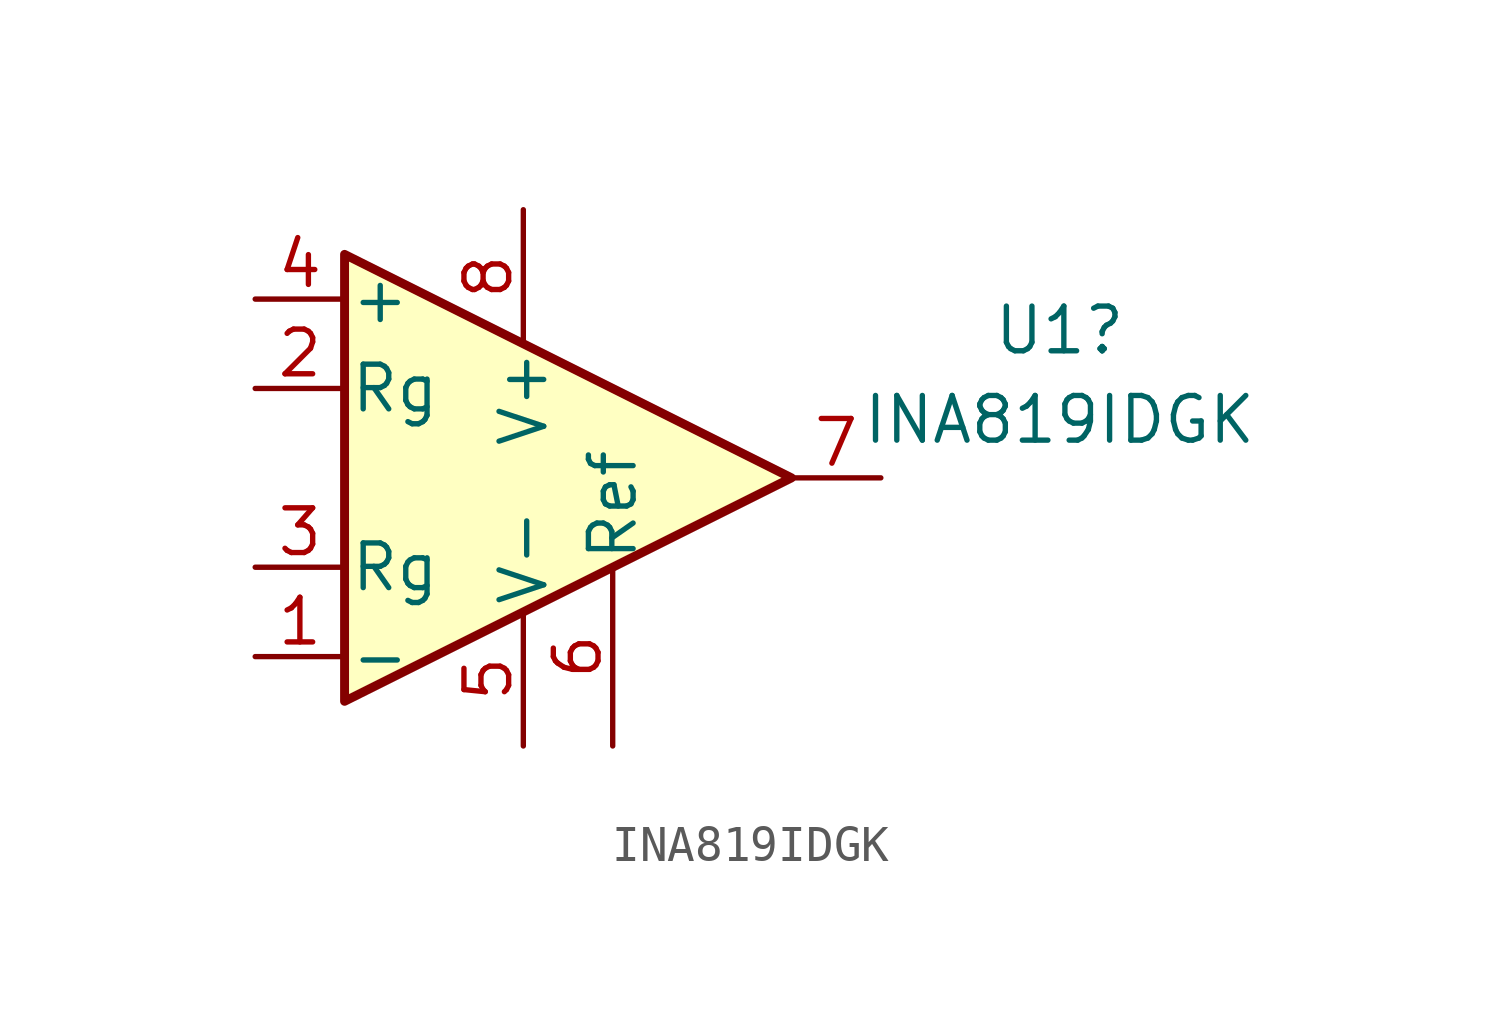
<source format=kicad_sym>
(kicad_symbol_lib
  (version 20220914)
  (generator kicad_symbol_editor)
  (symbol "INA819IDGK"
    (pin_names
      (offset 0.127))
    (property "Reference" "U1"
      (at 15.24 4.191 0)
      (effects (font (size 1.27 1.27))))
    (property "Value" "INA819IDGK"
      (at 15.24 1.651 0)
      (effects (font (size 1.27 1.27))))
    (symbol "INA819IDGK_0_1"
      (polyline (pts (xy 7.62 0) (xy -5.08 6.35) (xy -5.08 -6.35) (xy 7.62 0)) (stroke (width 0.254) (type default)) (fill (type background))))
    (symbol "INA819IDGK_1_1"
      (pin input line (at -7.62 -5.08 0) (length 2.54) (name "-" (effects (font (size 1.27 1.27)))) (number "1" (effects (font (size 1.27 1.27)))))
      (pin passive line (at -7.62 2.54 0) (length 2.54) (name "Rg" (effects (font (size 1.27 1.27)))) (number "2" (effects (font (size 1.27 1.27)))))
      (pin passive line (at -7.62 -2.54 0) (length 2.54) (name "Rg" (effects (font (size 1.27 1.27)))) (number "3" (effects (font (size 1.27 1.27)))))
      (pin input line (at -7.62 5.08 0) (length 2.54) (name "+" (effects (font (size 1.27 1.27)))) (number "4" (effects (font (size 1.27 1.27)))))
      (pin power_in line (at 0 -7.62 90) (length 3.81) (name "V-" (effects (font (size 1.27 1.27)))) (number "5" (effects (font (size 1.27 1.27)))))
      (pin input line (at 2.54 -7.62 90) (length 5.08) (name "Ref" (effects (font (size 1.27 1.27)))) (number "6" (effects (font (size 1.27 1.27)))))
      (pin output line (at 10.16 0 180) (length 2.54) (name "~" (effects (font (size 1.27 1.27)))) (number "7" (effects (font (size 1.27 1.27)))))
      (pin power_in line (at 0 7.62 270) (length 3.81) (name "V+" (effects (font (size 1.27 1.27)))) (number "8" (effects (font (size 1.27 1.27))))))))
</source>
